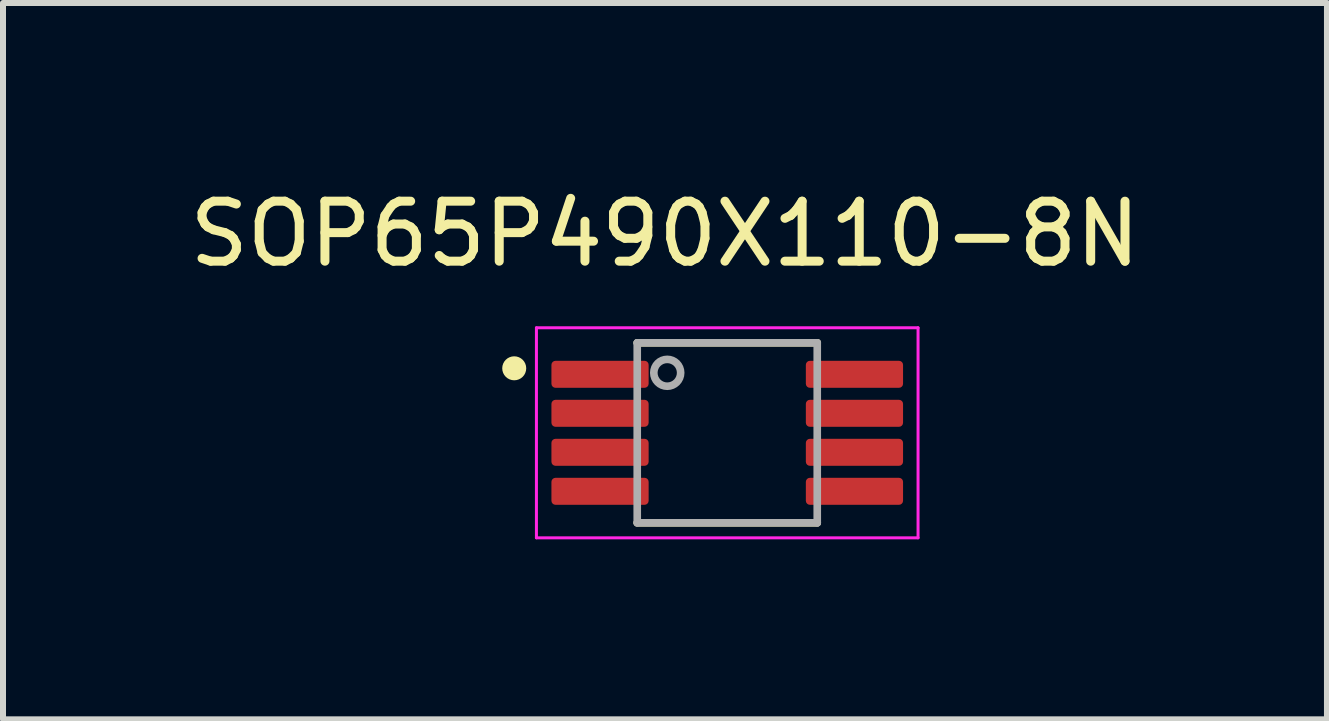
<source format=kicad_pcb>
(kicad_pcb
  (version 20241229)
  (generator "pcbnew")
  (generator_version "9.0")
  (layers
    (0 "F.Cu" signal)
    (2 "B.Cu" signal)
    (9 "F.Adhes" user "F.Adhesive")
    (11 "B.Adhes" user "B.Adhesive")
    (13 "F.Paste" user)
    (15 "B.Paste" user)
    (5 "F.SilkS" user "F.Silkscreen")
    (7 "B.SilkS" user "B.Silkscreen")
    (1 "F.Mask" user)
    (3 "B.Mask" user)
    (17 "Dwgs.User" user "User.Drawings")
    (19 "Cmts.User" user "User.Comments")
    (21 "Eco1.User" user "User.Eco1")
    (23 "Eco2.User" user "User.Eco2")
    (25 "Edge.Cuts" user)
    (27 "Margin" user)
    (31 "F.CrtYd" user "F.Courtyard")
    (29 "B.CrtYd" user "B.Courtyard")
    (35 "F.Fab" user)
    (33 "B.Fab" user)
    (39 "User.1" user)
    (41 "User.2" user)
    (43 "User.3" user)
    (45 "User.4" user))
  (footprint "SOP65P490X110-8N"
    (layer "F.Cu")
    (at 9.07 4.163)
    (property "Reference" "SOP65P490X110-8N" (at -1.038 -3.315 0) (layer "F.SilkS") (effects (font (size 1 1) (thickness 0.15))))
    (attr smd)
    (fp_line (start -1.5 -1.5) (end 1.5 -1.5) (stroke (width 0.127) (type solid)) (layer "F.SilkS"))
    (fp_line (start -1.5 1.5) (end 1.5 1.5) (stroke (width 0.127) (type solid)) (layer "F.SilkS"))
    (fp_circle (center -3.55 -1.075) (end -3.45 -1.075) (stroke (width 0.2) (type solid)) (fill no) (layer "F.SilkS"))
    (fp_line (start -3.18 -1.75) (end 3.18 -1.75) (stroke (width 0.05) (type solid)) (layer "F.CrtYd"))
    (fp_line (start -3.18 1.75) (end -3.18 -1.75) (stroke (width 0.05) (type solid)) (layer "F.CrtYd"))
    (fp_line (start 3.18 -1.75) (end 3.18 1.75) (stroke (width 0.05) (type solid)) (layer "F.CrtYd"))
    (fp_line (start 3.18 1.75) (end -3.18 1.75) (stroke (width 0.05) (type solid)) (layer "F.CrtYd"))
    (fp_line (start -1.5 -1.5) (end 1.5 -1.5) (stroke (width 0.127) (type solid)) (layer "F.Fab"))
    (fp_line (start -1.5 1.5) (end -1.5 -1.5) (stroke (width 0.127) (type solid)) (layer "F.Fab"))
    (fp_line (start 1.5 -1.5) (end 1.5 1.5) (stroke (width 0.127) (type solid)) (layer "F.Fab"))
    (fp_line (start 1.5 1.5) (end -1.5 1.5) (stroke (width 0.127) (type solid)) (layer "F.Fab"))
    (fp_circle (center -1 -1) (end -0.776 -1) (stroke (width 0.127) (type solid)) (fill no) (layer "F.Fab"))
    (pad "1" smd roundrect (at -2.12 -0.975) (size 1.62 0.45) (layers "F.Cu" "F.Mask" "F.Paste") (roundrect_rratio 0.15))
    (pad "2" smd roundrect (at -2.12 -0.325) (size 1.62 0.45) (layers "F.Cu" "F.Mask" "F.Paste") (roundrect_rratio 0.15))
    (pad "3" smd roundrect (at -2.12 0.325) (size 1.62 0.45) (layers "F.Cu" "F.Mask" "F.Paste") (roundrect_rratio 0.15))
    (pad "4" smd roundrect (at -2.12 0.975) (size 1.62 0.45) (layers "F.Cu" "F.Mask" "F.Paste") (roundrect_rratio 0.15))
    (pad "5" smd roundrect (at 2.12 0.975) (size 1.62 0.45) (layers "F.Cu" "F.Mask" "F.Paste") (roundrect_rratio 0.15))
    (pad "6" smd roundrect (at 2.12 0.325) (size 1.62 0.45) (layers "F.Cu" "F.Mask" "F.Paste") (roundrect_rratio 0.15))
    (pad "7" smd roundrect (at 2.12 -0.325) (size 1.62 0.45) (layers "F.Cu" "F.Mask" "F.Paste") (roundrect_rratio 0.15))
    (pad "8" smd roundrect (at 2.12 -0.975) (size 1.62 0.45) (layers "F.Cu" "F.Mask" "F.Paste") (roundrect_rratio 0.15)))
  (gr_rect
    (start -3 -3)
    (end 19.065 8.938)
    (stroke (width 0.1) (type default))
    (fill no)
    (layer "Edge.Cuts")))
</source>
